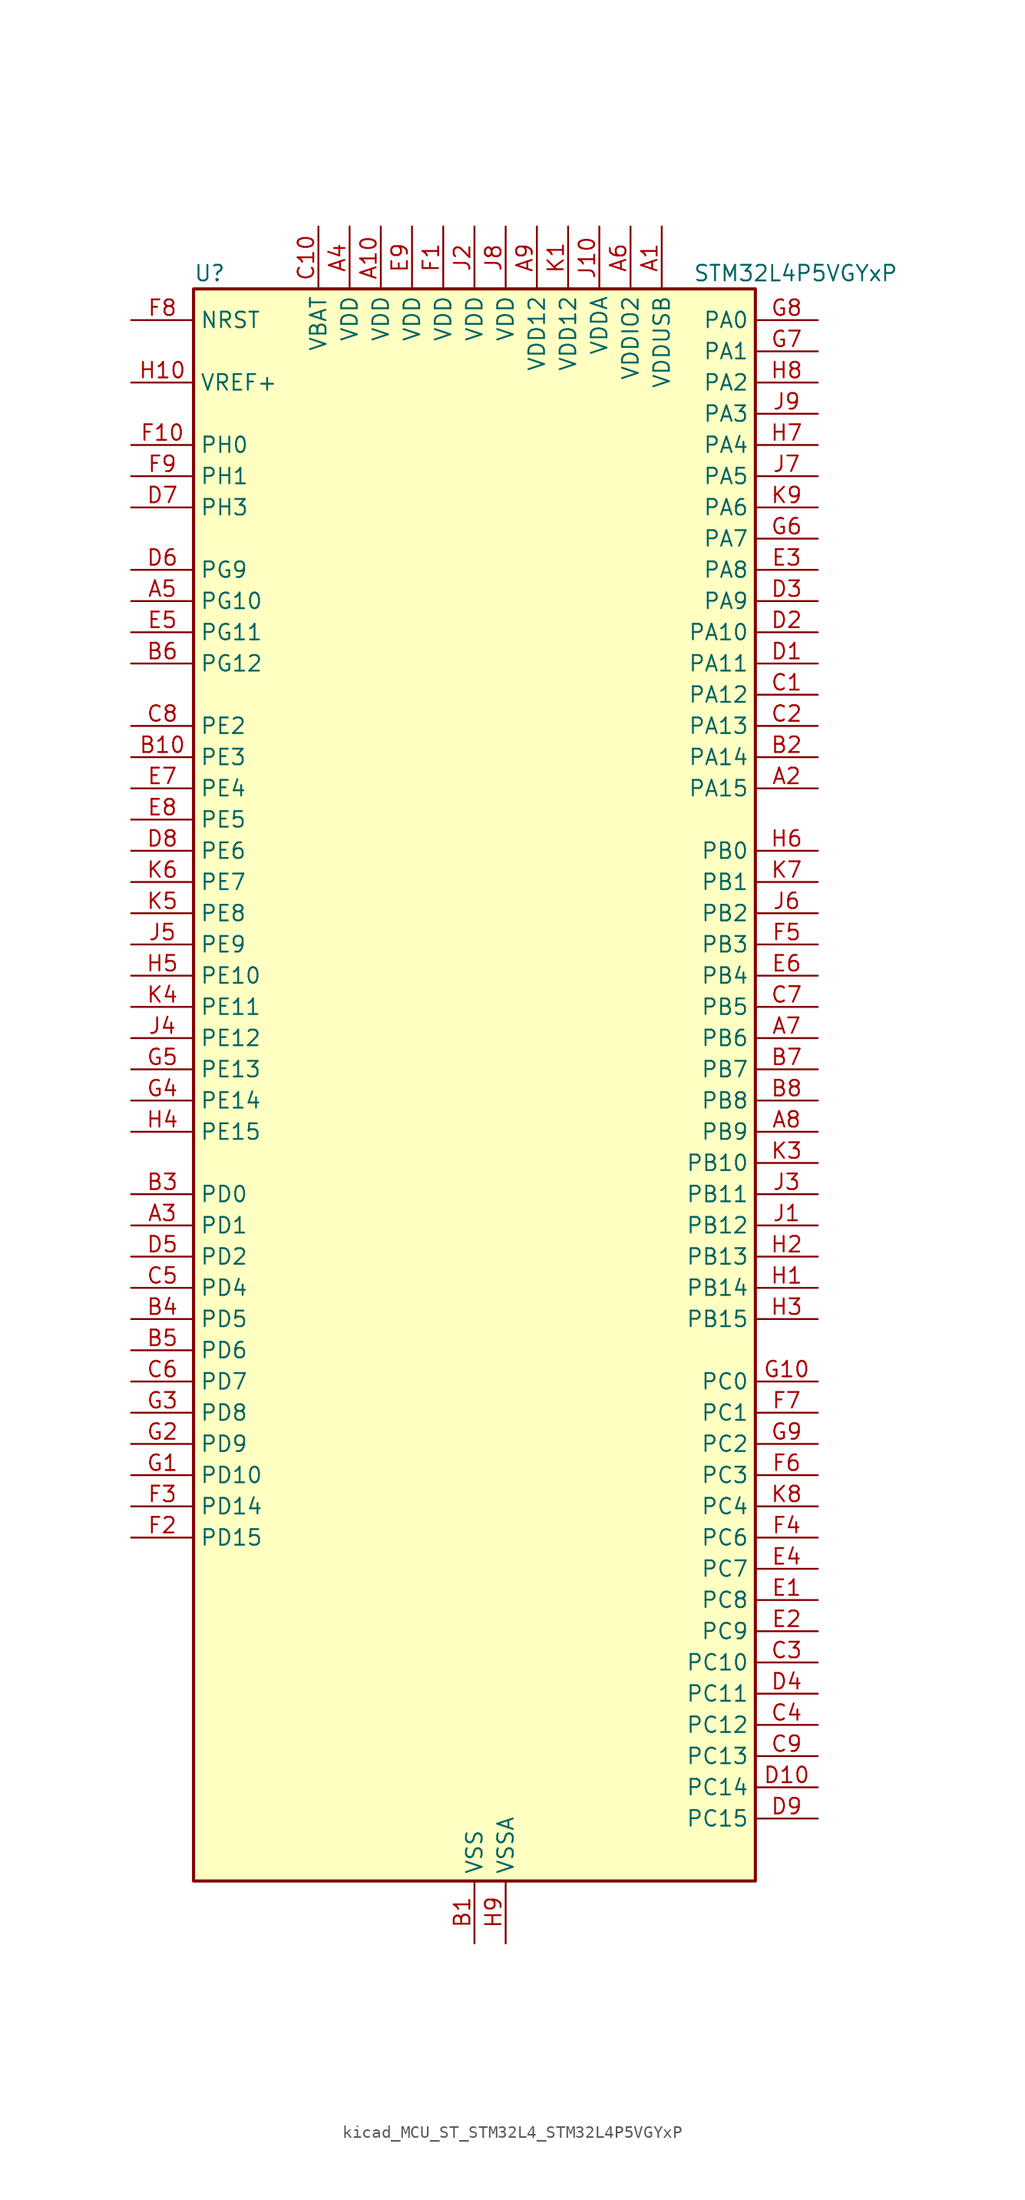
<source format=kicad_sym>
(kicad_symbol_lib
  (version 20220914)
  (generator kicad_symbol_editor)
  (symbol "kicad_MCU_ST_STM32L4_STM32L4P5VGYxP"
    (property "Reference" "U"
      (at -22.86 67.31 0)
      (effects (font (size 1.27 1.27)) (justify left)))
    (property "Value" "STM32L4P5VGYxP"
      (at 17.78 67.31 0)
      (effects (font (size 1.27 1.27)) (justify left)))
    (property "ki_locked" ""
      (at 0 0 0)
      (effects (font (size 1.27 1.27))))
    (symbol "kicad_MCU_ST_STM32L4_STM32L4P5VGYxP_0_1"
      (rectangle (start -22.86 -63.5) (end 22.86 66.04) (stroke (width 0.254) (type default)) (fill (type background))))
    (symbol "kicad_MCU_ST_STM32L4_STM32L4P5VGYxP_1_1"
      (pin power_in line (at 15.24 71.12 270) (length 5.08) (name "VDDUSB" (effects (font (size 1.27 1.27)))) (number "A1" (effects (font (size 1.27 1.27)))))
      (pin power_in line (at -7.62 71.12 270) (length 5.08) (name "VDD" (effects (font (size 1.27 1.27)))) (number "A10" (effects (font (size 1.27 1.27)))))
      (pin bidirectional line (at 27.94 25.4 180) (length 5.08) (name "PA15" (effects (font (size 1.27 1.27)))) (number "A2" (effects (font (size 1.27 1.27)))) (alternate "ADC1_EXTI15" bidirectional line) (alternate "ADC2_EXTI15" bidirectional line) (alternate "LTDC_HSYNC" bidirectional line) (alternate "SAI2_FS_B" bidirectional line) (alternate "SPI1_NSS" bidirectional line) (alternate "SPI3_NSS" bidirectional line) (alternate "SYS_JTDI" bidirectional line) (alternate "TIM2_CH1" bidirectional line) (alternate "TIM2_ETR" bidirectional line) (alternate "TSC_G3_IO1" bidirectional line) (alternate "UART4_DE" bidirectional line) (alternate "UART4_RTS" bidirectional line) (alternate "USART2_RX" bidirectional line) (alternate "USART3_DE" bidirectional line) (alternate "USART3_RTS" bidirectional line))
      (pin bidirectional line (at -27.94 -10.16 0) (length 5.08) (name "PD1" (effects (font (size 1.27 1.27)))) (number "A3" (effects (font (size 1.27 1.27)))) (alternate "CAN1_TX" bidirectional line) (alternate "FMC_D3" bidirectional line) (alternate "FMC_DA3" bidirectional line) (alternate "LTDC_B5" bidirectional line) (alternate "SPI2_SCK" bidirectional line))
      (pin power_in line (at -10.16 71.12 270) (length 5.08) (name "VDD" (effects (font (size 1.27 1.27)))) (number "A4" (effects (font (size 1.27 1.27)))))
      (pin bidirectional line (at -27.94 40.64 0) (length 5.08) (name "PG10" (effects (font (size 1.27 1.27)))) (number "A5" (effects (font (size 1.27 1.27)))) (alternate "FMC_NE3" bidirectional line) (alternate "LPTIM1_IN1" bidirectional line) (alternate "OCTOSPIM_P2_IO7" bidirectional line) (alternate "SAI2_FS_A" bidirectional line) (alternate "SDMMC2_D1" bidirectional line) (alternate "SPI3_MISO" bidirectional line) (alternate "TIM15_CH1" bidirectional line) (alternate "USART1_RX" bidirectional line))
      (pin power_in line (at 12.7 71.12 270) (length 5.08) (name "VDDIO2" (effects (font (size 1.27 1.27)))) (number "A6" (effects (font (size 1.27 1.27)))))
      (pin bidirectional line (at 27.94 5.08 180) (length 5.08) (name "PB6" (effects (font (size 1.27 1.27)))) (number "A7" (effects (font (size 1.27 1.27)))) (alternate "COMP2_INP" bidirectional line) (alternate "DCMI_D5" bidirectional line) (alternate "I2C1_SCL" bidirectional line) (alternate "I2C4_SCL" bidirectional line) (alternate "LPTIM1_ETR" bidirectional line) (alternate "LTDC_R6" bidirectional line) (alternate "PSSI_D5" bidirectional line) (alternate "SAI1_FS_B" bidirectional line) (alternate "TIM16_CH1N" bidirectional line) (alternate "TIM4_CH1" bidirectional line) (alternate "TIM8_BKIN2" bidirectional line) (alternate "TSC_G2_IO3" bidirectional line) (alternate "USART1_TX" bidirectional line))
      (pin bidirectional line (at 27.94 -2.54 180) (length 5.08) (name "PB9" (effects (font (size 1.27 1.27)))) (number "A8" (effects (font (size 1.27 1.27)))) (alternate "CAN1_TX" bidirectional line) (alternate "DAC1_EXTI9" bidirectional line) (alternate "DCMI_D7" bidirectional line) (alternate "I2C1_SDA" bidirectional line) (alternate "IR_OUT" bidirectional line) (alternate "PSSI_D7" bidirectional line) (alternate "SAI1_D2" bidirectional line) (alternate "SAI1_FS_A" bidirectional line) (alternate "SDMMC1_CDIR" bidirectional line) (alternate "SDMMC1_D5" bidirectional line) (alternate "SDMMC2_D5" bidirectional line) (alternate "SPI2_NSS" bidirectional line) (alternate "TIM17_CH1" bidirectional line) (alternate "TIM4_CH4" bidirectional line))
      (pin power_in line (at 5.08 71.12 270) (length 5.08) (name "VDD12" (effects (font (size 1.27 1.27)))) (number "A9" (effects (font (size 1.27 1.27)))))
      (pin power_in line (at 0 -68.58 90) (length 5.08) (name "VSS" (effects (font (size 1.27 1.27)))) (number "B1" (effects (font (size 1.27 1.27)))))
      (pin bidirectional line (at -27.94 27.94 0) (length 5.08) (name "PE3" (effects (font (size 1.27 1.27)))) (number "B10" (effects (font (size 1.27 1.27)))) (alternate "FMC_A19" bidirectional line) (alternate "LTDC_R6" bidirectional line) (alternate "OCTOSPIM_P1_DQS" bidirectional line) (alternate "SAI1_SD_B" bidirectional line) (alternate "SYS_TRACED0" bidirectional line) (alternate "TIM3_CH1" bidirectional line) (alternate "TSC_G7_IO2" bidirectional line))
      (pin bidirectional line (at 27.94 27.94 180) (length 5.08) (name "PA14" (effects (font (size 1.27 1.27)))) (number "B2" (effects (font (size 1.27 1.27)))) (alternate "I2C1_SMBA" bidirectional line) (alternate "I2C4_SMBA" bidirectional line) (alternate "LPTIM1_OUT" bidirectional line) (alternate "SAI1_FS_B" bidirectional line) (alternate "SYS_JTCK-SWCLK" bidirectional line) (alternate "USB_OTG_FS_SOF" bidirectional line))
      (pin bidirectional line (at -27.94 -7.62 0) (length 5.08) (name "PD0" (effects (font (size 1.27 1.27)))) (number "B3" (effects (font (size 1.27 1.27)))) (alternate "CAN1_RX" bidirectional line) (alternate "FMC_D2" bidirectional line) (alternate "FMC_DA2" bidirectional line) (alternate "LTDC_B4" bidirectional line) (alternate "SPI2_NSS" bidirectional line))
      (pin bidirectional line (at -27.94 -17.78 0) (length 5.08) (name "PD5" (effects (font (size 1.27 1.27)))) (number "B4" (effects (font (size 1.27 1.27)))) (alternate "FMC_NWE" bidirectional line) (alternate "OCTOSPIM_P1_IO5" bidirectional line) (alternate "USART2_TX" bidirectional line))
      (pin bidirectional line (at -27.94 -20.32 0) (length 5.08) (name "PD6" (effects (font (size 1.27 1.27)))) (number "B5" (effects (font (size 1.27 1.27)))) (alternate "DCMI_D10" bidirectional line) (alternate "DFSDM1_DATIN1" bidirectional line) (alternate "FMC_NWAIT" bidirectional line) (alternate "LTDC_DE" bidirectional line) (alternate "OCTOSPIM_P1_IO6" bidirectional line) (alternate "PSSI_D10" bidirectional line) (alternate "SAI1_D1" bidirectional line) (alternate "SAI1_SD_A" bidirectional line) (alternate "SDMMC2_CK" bidirectional line) (alternate "SPI3_MOSI" bidirectional line) (alternate "USART2_RX" bidirectional line))
      (pin bidirectional line (at -27.94 35.56 0) (length 5.08) (name "PG12" (effects (font (size 1.27 1.27)))) (number "B6" (effects (font (size 1.27 1.27)))) (alternate "FMC_NE4" bidirectional line) (alternate "LPTIM1_ETR" bidirectional line) (alternate "OCTOSPIM_P2_NCS" bidirectional line) (alternate "SAI2_SD_A" bidirectional line) (alternate "SDMMC2_D3" bidirectional line) (alternate "SPI3_NSS" bidirectional line) (alternate "USART1_DE" bidirectional line) (alternate "USART1_RTS" bidirectional line))
      (pin bidirectional line (at 27.94 2.54 180) (length 5.08) (name "PB7" (effects (font (size 1.27 1.27)))) (number "B7" (effects (font (size 1.27 1.27)))) (alternate "COMP2_INM" bidirectional line) (alternate "DCMI_VSYNC" bidirectional line) (alternate "FMC_NL" bidirectional line) (alternate "I2C1_SDA" bidirectional line) (alternate "I2C4_SDA" bidirectional line) (alternate "LPTIM1_IN2" bidirectional line) (alternate "LTDC_VSYNC" bidirectional line) (alternate "PSSI_RDY" bidirectional line) (alternate "SYS_PVD_IN" bidirectional line) (alternate "TIM17_CH1N" bidirectional line) (alternate "TIM4_CH2" bidirectional line) (alternate "TIM8_BKIN" bidirectional line) (alternate "TSC_G2_IO4" bidirectional line) (alternate "UART4_CTS" bidirectional line) (alternate "USART1_RX" bidirectional line))
      (pin bidirectional line (at 27.94 0 180) (length 5.08) (name "PB8" (effects (font (size 1.27 1.27)))) (number "B8" (effects (font (size 1.27 1.27)))) (alternate "CAN1_RX" bidirectional line) (alternate "DCMI_D6" bidirectional line) (alternate "DFSDM1_CKOUT" bidirectional line) (alternate "I2C1_SCL" bidirectional line) (alternate "LTDC_DE" bidirectional line) (alternate "PSSI_D6" bidirectional line) (alternate "SAI1_CK1" bidirectional line) (alternate "SAI1_MCLK_A" bidirectional line) (alternate "SDMMC1_CKIN" bidirectional line) (alternate "SDMMC1_D4" bidirectional line) (alternate "SDMMC2_D4" bidirectional line) (alternate "TIM16_CH1" bidirectional line) (alternate "TIM4_CH3" bidirectional line))
      (pin passive line (at 0 -68.58 90) (length 5.08) hide (name "VSS" (effects (font (size 1.27 1.27)))) (number "B9" (effects (font (size 1.27 1.27)))))
      (pin bidirectional line (at 27.94 33.02 180) (length 5.08) (name "PA12" (effects (font (size 1.27 1.27)))) (number "C1" (effects (font (size 1.27 1.27)))) (alternate "CAN1_TX" bidirectional line) (alternate "LTDC_VSYNC" bidirectional line) (alternate "OCTOSPIM_P2_NCS" bidirectional line) (alternate "SPI1_MOSI" bidirectional line) (alternate "TIM1_ETR" bidirectional line) (alternate "USART1_DE" bidirectional line) (alternate "USART1_RTS" bidirectional line) (alternate "USB_OTG_FS_DP" bidirectional line))
      (pin power_in line (at -12.7 71.12 270) (length 5.08) (name "VBAT" (effects (font (size 1.27 1.27)))) (number "C10" (effects (font (size 1.27 1.27)))))
      (pin bidirectional line (at 27.94 30.48 180) (length 5.08) (name "PA13" (effects (font (size 1.27 1.27)))) (number "C2" (effects (font (size 1.27 1.27)))) (alternate "IR_OUT" bidirectional line) (alternate "SAI1_SD_B" bidirectional line) (alternate "SYS_JTMS-SWDIO" bidirectional line) (alternate "USB_OTG_FS_NOE" bidirectional line))
      (pin bidirectional line (at 27.94 -45.72 180) (length 5.08) (name "PC10" (effects (font (size 1.27 1.27)))) (number "C3" (effects (font (size 1.27 1.27)))) (alternate "DCMI_D8" bidirectional line) (alternate "DCMI_VSYNC" bidirectional line) (alternate "PSSI_D8" bidirectional line) (alternate "PSSI_RDY" bidirectional line) (alternate "SAI2_SCK_B" bidirectional line) (alternate "SDMMC1_D2" bidirectional line) (alternate "SPI3_SCK" bidirectional line) (alternate "SYS_TRACED1" bidirectional line) (alternate "TSC_G3_IO2" bidirectional line) (alternate "UART4_TX" bidirectional line) (alternate "USART3_TX" bidirectional line))
      (pin bidirectional line (at 27.94 -50.8 180) (length 5.08) (name "PC12" (effects (font (size 1.27 1.27)))) (number "C4" (effects (font (size 1.27 1.27)))) (alternate "DCMI_D9" bidirectional line) (alternate "LTDC_R6" bidirectional line) (alternate "PSSI_D9" bidirectional line) (alternate "SAI2_SD_B" bidirectional line) (alternate "SDMMC1_CK" bidirectional line) (alternate "SPI3_MOSI" bidirectional line) (alternate "SYS_TRACED3" bidirectional line) (alternate "TSC_G3_IO4" bidirectional line) (alternate "UART5_TX" bidirectional line) (alternate "USART3_CK" bidirectional line))
      (pin bidirectional line (at -27.94 -15.24 0) (length 5.08) (name "PD4" (effects (font (size 1.27 1.27)))) (number "C5" (effects (font (size 1.27 1.27)))) (alternate "DFSDM1_CKIN0" bidirectional line) (alternate "FMC_NOE" bidirectional line) (alternate "OCTOSPIM_P1_IO4" bidirectional line) (alternate "SDMMC2_CKIN" bidirectional line) (alternate "SPI2_MOSI" bidirectional line) (alternate "USART2_DE" bidirectional line) (alternate "USART2_RTS" bidirectional line))
      (pin bidirectional line (at -27.94 -22.86 0) (length 5.08) (name "PD7" (effects (font (size 1.27 1.27)))) (number "C6" (effects (font (size 1.27 1.27)))) (alternate "DFSDM1_CKIN1" bidirectional line) (alternate "FMC_NCE" bidirectional line) (alternate "FMC_NE1" bidirectional line) (alternate "OCTOSPIM_P1_IO7" bidirectional line) (alternate "SDMMC2_CMD" bidirectional line) (alternate "USART2_CK" bidirectional line))
      (pin bidirectional line (at 27.94 7.62 180) (length 5.08) (name "PB5" (effects (font (size 1.27 1.27)))) (number "C7" (effects (font (size 1.27 1.27)))) (alternate "COMP2_OUT" bidirectional line) (alternate "DCMI_D10" bidirectional line) (alternate "I2C1_SMBA" bidirectional line) (alternate "LPTIM1_IN1" bidirectional line) (alternate "OCTOSPIM_P1_IO0" bidirectional line) (alternate "PSSI_D10" bidirectional line) (alternate "SAI1_SD_B" bidirectional line) (alternate "SPI1_MOSI" bidirectional line) (alternate "SPI3_MOSI" bidirectional line) (alternate "TIM16_BKIN" bidirectional line) (alternate "TIM3_CH2" bidirectional line) (alternate "TSC_G2_IO2" bidirectional line) (alternate "UART5_CTS" bidirectional line) (alternate "USART1_CK" bidirectional line))
      (pin bidirectional line (at -27.94 30.48 0) (length 5.08) (name "PE2" (effects (font (size 1.27 1.27)))) (number "C8" (effects (font (size 1.27 1.27)))) (alternate "FMC_A23" bidirectional line) (alternate "LTDC_R7" bidirectional line) (alternate "SAI1_CK1" bidirectional line) (alternate "SAI1_MCLK_A" bidirectional line) (alternate "SYS_TRACECLK" bidirectional line) (alternate "TIM3_ETR" bidirectional line) (alternate "TSC_G7_IO1" bidirectional line))
      (pin bidirectional line (at 27.94 -53.34 180) (length 5.08) (name "PC13" (effects (font (size 1.27 1.27)))) (number "C9" (effects (font (size 1.27 1.27)))) (alternate "RTC_OUT1" bidirectional line) (alternate "RTC_TAMP1" bidirectional line) (alternate "RTC_TS" bidirectional line) (alternate "SYS_WKUP2" bidirectional line))
      (pin bidirectional line (at 27.94 35.56 180) (length 5.08) (name "PA11" (effects (font (size 1.27 1.27)))) (number "D1" (effects (font (size 1.27 1.27)))) (alternate "ADC1_EXTI11" bidirectional line) (alternate "ADC2_EXTI11" bidirectional line) (alternate "CAN1_RX" bidirectional line) (alternate "LTDC_DE" bidirectional line) (alternate "SPI1_MISO" bidirectional line) (alternate "TIM1_BKIN2" bidirectional line) (alternate "TIM1_CH4" bidirectional line) (alternate "USART1_CTS" bidirectional line) (alternate "USART1_NSS" bidirectional line) (alternate "USB_OTG_FS_DM" bidirectional line))
      (pin bidirectional line (at 27.94 -55.88 180) (length 5.08) (name "PC14" (effects (font (size 1.27 1.27)))) (number "D10" (effects (font (size 1.27 1.27)))) (alternate "RCC_OSC32_IN" bidirectional line))
      (pin bidirectional line (at 27.94 38.1 180) (length 5.08) (name "PA10" (effects (font (size 1.27 1.27)))) (number "D2" (effects (font (size 1.27 1.27)))) (alternate "DCMI_D1" bidirectional line) (alternate "LTDC_G6" bidirectional line) (alternate "PSSI_D1" bidirectional line) (alternate "SAI1_D1" bidirectional line) (alternate "SAI1_SD_A" bidirectional line) (alternate "TIM17_BKIN" bidirectional line) (alternate "TIM1_CH3" bidirectional line) (alternate "USART1_RX" bidirectional line) (alternate "USB_OTG_FS_ID" bidirectional line))
      (pin bidirectional line (at 27.94 40.64 180) (length 5.08) (name "PA9" (effects (font (size 1.27 1.27)))) (number "D3" (effects (font (size 1.27 1.27)))) (alternate "DAC1_EXTI9" bidirectional line) (alternate "DCMI_D0" bidirectional line) (alternate "LTDC_G7" bidirectional line) (alternate "PSSI_D0" bidirectional line) (alternate "SAI1_FS_A" bidirectional line) (alternate "SPI2_SCK" bidirectional line) (alternate "TIM15_BKIN" bidirectional line) (alternate "TIM1_CH2" bidirectional line) (alternate "USART1_TX" bidirectional line) (alternate "USB_OTG_FS_VBUS" bidirectional line))
      (pin bidirectional line (at 27.94 -48.26 180) (length 5.08) (name "PC11" (effects (font (size 1.27 1.27)))) (number "D4" (effects (font (size 1.27 1.27)))) (alternate "ADC1_EXTI11" bidirectional line) (alternate "ADC2_EXTI11" bidirectional line) (alternate "DCMI_D2" bidirectional line) (alternate "DCMI_D4" bidirectional line) (alternate "OCTOSPIM_P1_NCS" bidirectional line) (alternate "PSSI_D2" bidirectional line) (alternate "PSSI_D4" bidirectional line) (alternate "SAI2_MCLK_B" bidirectional line) (alternate "SDMMC1_D3" bidirectional line) (alternate "SPI3_MISO" bidirectional line) (alternate "TSC_G3_IO3" bidirectional line) (alternate "UART4_RX" bidirectional line) (alternate "USART3_RX" bidirectional line))
      (pin bidirectional line (at -27.94 -12.7 0) (length 5.08) (name "PD2" (effects (font (size 1.27 1.27)))) (number "D5" (effects (font (size 1.27 1.27)))) (alternate "DCMI_D11" bidirectional line) (alternate "PSSI_D11" bidirectional line) (alternate "SDMMC1_CMD" bidirectional line) (alternate "SYS_TRACED2" bidirectional line) (alternate "TIM3_ETR" bidirectional line) (alternate "TSC_SYNC" bidirectional line) (alternate "UART5_RX" bidirectional line) (alternate "USART3_DE" bidirectional line) (alternate "USART3_RTS" bidirectional line))
      (pin bidirectional line (at -27.94 43.18 0) (length 5.08) (name "PG9" (effects (font (size 1.27 1.27)))) (number "D6" (effects (font (size 1.27 1.27)))) (alternate "DAC1_EXTI9" bidirectional line) (alternate "FMC_NCE" bidirectional line) (alternate "FMC_NE2" bidirectional line) (alternate "OCTOSPIM_P2_IO6" bidirectional line) (alternate "SAI2_SCK_A" bidirectional line) (alternate "SDMMC2_D0" bidirectional line) (alternate "SPI3_SCK" bidirectional line) (alternate "TIM15_CH1N" bidirectional line) (alternate "USART1_TX" bidirectional line))
      (pin bidirectional line (at -27.94 48.26 0) (length 5.08) (name "PH3" (effects (font (size 1.27 1.27)))) (number "D7" (effects (font (size 1.27 1.27)))))
      (pin bidirectional line (at -27.94 20.32 0) (length 5.08) (name "PE6" (effects (font (size 1.27 1.27)))) (number "D8" (effects (font (size 1.27 1.27)))) (alternate "DCMI_D7" bidirectional line) (alternate "FMC_A22" bidirectional line) (alternate "LTDC_G6" bidirectional line) (alternate "PSSI_D7" bidirectional line) (alternate "RTC_TAMP3" bidirectional line) (alternate "SAI1_D1" bidirectional line) (alternate "SAI1_SD_A" bidirectional line) (alternate "SYS_TRACED3" bidirectional line) (alternate "SYS_WKUP3" bidirectional line) (alternate "TIM3_CH4" bidirectional line))
      (pin bidirectional line (at 27.94 -58.42 180) (length 5.08) (name "PC15" (effects (font (size 1.27 1.27)))) (number "D9" (effects (font (size 1.27 1.27)))) (alternate "ADC1_EXTI15" bidirectional line) (alternate "ADC2_EXTI15" bidirectional line) (alternate "RCC_OSC32_OUT" bidirectional line))
      (pin bidirectional line (at 27.94 -40.64 180) (length 5.08) (name "PC8" (effects (font (size 1.27 1.27)))) (number "E1" (effects (font (size 1.27 1.27)))) (alternate "DCMI_D2" bidirectional line) (alternate "PSSI_D2" bidirectional line) (alternate "SDMMC1_D0" bidirectional line) (alternate "TIM3_CH3" bidirectional line) (alternate "TIM8_CH3" bidirectional line) (alternate "TSC_G4_IO3" bidirectional line))
      (pin passive line (at 0 -68.58 90) (length 5.08) hide (name "VSS" (effects (font (size 1.27 1.27)))) (number "E10" (effects (font (size 1.27 1.27)))))
      (pin bidirectional line (at 27.94 -43.18 180) (length 5.08) (name "PC9" (effects (font (size 1.27 1.27)))) (number "E2" (effects (font (size 1.27 1.27)))) (alternate "DAC1_EXTI9" bidirectional line) (alternate "DCMI_D3" bidirectional line) (alternate "I2C3_SDA" bidirectional line) (alternate "PSSI_D3" bidirectional line) (alternate "SAI2_EXTCLK" bidirectional line) (alternate "SDMMC1_D1" bidirectional line) (alternate "SYS_TRACED0" bidirectional line) (alternate "TIM3_CH4" bidirectional line) (alternate "TIM8_BKIN2" bidirectional line) (alternate "TIM8_CH4" bidirectional line) (alternate "TSC_G4_IO4" bidirectional line) (alternate "USB_OTG_FS_NOE" bidirectional line))
      (pin bidirectional line (at 27.94 43.18 180) (length 5.08) (name "PA8" (effects (font (size 1.27 1.27)))) (number "E3" (effects (font (size 1.27 1.27)))) (alternate "LPTIM2_OUT" bidirectional line) (alternate "LTDC_B7" bidirectional line) (alternate "RCC_MCO" bidirectional line) (alternate "SAI1_CK2" bidirectional line) (alternate "SAI1_SCK_A" bidirectional line) (alternate "TIM1_CH1" bidirectional line) (alternate "USART1_CK" bidirectional line) (alternate "USB_OTG_FS_SOF" bidirectional line))
      (pin bidirectional line (at 27.94 -38.1 180) (length 5.08) (name "PC7" (effects (font (size 1.27 1.27)))) (number "E4" (effects (font (size 1.27 1.27)))) (alternate "DCMI_D1" bidirectional line) (alternate "DFSDM1_DATIN3" bidirectional line) (alternate "LTDC_B6" bidirectional line) (alternate "PSSI_D1" bidirectional line) (alternate "SAI2_MCLK_B" bidirectional line) (alternate "SDMMC1_D123DIR" bidirectional line) (alternate "SDMMC1_D7" bidirectional line) (alternate "SDMMC2_D7" bidirectional line) (alternate "TIM3_CH2" bidirectional line) (alternate "TIM8_CH2" bidirectional line) (alternate "TSC_G4_IO2" bidirectional line))
      (pin bidirectional line (at -27.94 38.1 0) (length 5.08) (name "PG11" (effects (font (size 1.27 1.27)))) (number "E5" (effects (font (size 1.27 1.27)))) (alternate "ADC1_EXTI11" bidirectional line) (alternate "ADC2_EXTI11" bidirectional line) (alternate "LPTIM1_IN2" bidirectional line) (alternate "OCTOSPIM_P1_IO5" bidirectional line) (alternate "SAI2_MCLK_A" bidirectional line) (alternate "SDMMC2_D2" bidirectional line) (alternate "SPI3_MOSI" bidirectional line) (alternate "TIM15_CH2" bidirectional line) (alternate "USART1_CTS" bidirectional line) (alternate "USART1_NSS" bidirectional line))
      (pin bidirectional line (at 27.94 10.16 180) (length 5.08) (name "PB4" (effects (font (size 1.27 1.27)))) (number "E6" (effects (font (size 1.27 1.27)))) (alternate "COMP2_INP" bidirectional line) (alternate "DCMI_D12" bidirectional line) (alternate "I2C3_SDA" bidirectional line) (alternate "OCTOSPIM_P1_IO5" bidirectional line) (alternate "PSSI_D12" bidirectional line) (alternate "SAI1_MCLK_B" bidirectional line) (alternate "SDMMC2_D3" bidirectional line) (alternate "SPI1_MISO" bidirectional line) (alternate "SPI3_MISO" bidirectional line) (alternate "SYS_JTRST" bidirectional line) (alternate "TIM17_BKIN" bidirectional line) (alternate "TIM3_CH1" bidirectional line) (alternate "TSC_G2_IO1" bidirectional line) (alternate "UART5_DE" bidirectional line) (alternate "UART5_RTS" bidirectional line) (alternate "USART1_CTS" bidirectional line) (alternate "USART1_NSS" bidirectional line))
      (pin bidirectional line (at -27.94 25.4 0) (length 5.08) (name "PE4" (effects (font (size 1.27 1.27)))) (number "E7" (effects (font (size 1.27 1.27)))) (alternate "DCMI_D4" bidirectional line) (alternate "DFSDM1_DATIN3" bidirectional line) (alternate "FMC_A20" bidirectional line) (alternate "LTDC_B7" bidirectional line) (alternate "PSSI_D4" bidirectional line) (alternate "SAI1_D2" bidirectional line) (alternate "SAI1_FS_A" bidirectional line) (alternate "SYS_TRACED1" bidirectional line) (alternate "TIM3_CH2" bidirectional line) (alternate "TSC_G7_IO3" bidirectional line))
      (pin bidirectional line (at -27.94 22.86 0) (length 5.08) (name "PE5" (effects (font (size 1.27 1.27)))) (number "E8" (effects (font (size 1.27 1.27)))) (alternate "DCMI_D6" bidirectional line) (alternate "DFSDM1_CKIN3" bidirectional line) (alternate "FMC_A21" bidirectional line) (alternate "LTDC_G7" bidirectional line) (alternate "PSSI_D6" bidirectional line) (alternate "SAI1_CK2" bidirectional line) (alternate "SAI1_SCK_A" bidirectional line) (alternate "SYS_TRACED2" bidirectional line) (alternate "TIM3_CH3" bidirectional line) (alternate "TSC_G7_IO4" bidirectional line))
      (pin power_in line (at -5.08 71.12 270) (length 5.08) (name "VDD" (effects (font (size 1.27 1.27)))) (number "E9" (effects (font (size 1.27 1.27)))))
      (pin power_in line (at -2.54 71.12 270) (length 5.08) (name "VDD" (effects (font (size 1.27 1.27)))) (number "F1" (effects (font (size 1.27 1.27)))))
      (pin bidirectional line (at -27.94 53.34 0) (length 5.08) (name "PH0" (effects (font (size 1.27 1.27)))) (number "F10" (effects (font (size 1.27 1.27)))) (alternate "RCC_OSC_IN" bidirectional line))
      (pin bidirectional line (at -27.94 -35.56 0) (length 5.08) (name "PD15" (effects (font (size 1.27 1.27)))) (number "F2" (effects (font (size 1.27 1.27)))) (alternate "ADC1_EXTI15" bidirectional line) (alternate "ADC2_EXTI15" bidirectional line) (alternate "FMC_D1" bidirectional line) (alternate "FMC_DA1" bidirectional line) (alternate "LTDC_B3" bidirectional line) (alternate "TIM4_CH4" bidirectional line))
      (pin bidirectional line (at -27.94 -33.02 0) (length 5.08) (name "PD14" (effects (font (size 1.27 1.27)))) (number "F3" (effects (font (size 1.27 1.27)))) (alternate "FMC_D0" bidirectional line) (alternate "FMC_DA0" bidirectional line) (alternate "LTDC_B2" bidirectional line) (alternate "TIM4_CH3" bidirectional line))
      (pin bidirectional line (at 27.94 -35.56 180) (length 5.08) (name "PC6" (effects (font (size 1.27 1.27)))) (number "F4" (effects (font (size 1.27 1.27)))) (alternate "DCMI_D0" bidirectional line) (alternate "DFSDM1_CKIN3" bidirectional line) (alternate "LTDC_G7" bidirectional line) (alternate "PSSI_D0" bidirectional line) (alternate "SAI2_MCLK_A" bidirectional line) (alternate "SDMMC1_D0DIR" bidirectional line) (alternate "SDMMC1_D6" bidirectional line) (alternate "SDMMC2_D6" bidirectional line) (alternate "TIM3_CH1" bidirectional line) (alternate "TIM8_CH1" bidirectional line) (alternate "TSC_G4_IO1" bidirectional line))
      (pin bidirectional line (at 27.94 12.7 180) (length 5.08) (name "PB3" (effects (font (size 1.27 1.27)))) (number "F5" (effects (font (size 1.27 1.27)))) (alternate "COMP2_INM" bidirectional line) (alternate "CRS_SYNC" bidirectional line) (alternate "OCTOSPIM_P1_IO4" bidirectional line) (alternate "SAI1_SCK_B" bidirectional line) (alternate "SDMMC2_D2" bidirectional line) (alternate "SPI1_SCK" bidirectional line) (alternate "SPI3_SCK" bidirectional line) (alternate "SYS_JTDO-SWO" bidirectional line) (alternate "TIM2_CH2" bidirectional line) (alternate "USART1_DE" bidirectional line) (alternate "USART1_RTS" bidirectional line))
      (pin bidirectional line (at 27.94 -30.48 180) (length 5.08) (name "PC3" (effects (font (size 1.27 1.27)))) (number "F6" (effects (font (size 1.27 1.27)))) (alternate "ADC1_IN4" bidirectional line) (alternate "ADC2_IN4" bidirectional line) (alternate "LPTIM1_ETR" bidirectional line) (alternate "LPTIM2_ETR" bidirectional line) (alternate "OCTOSPIM_P1_IO6" bidirectional line) (alternate "SAI1_D1" bidirectional line) (alternate "SAI1_SD_A" bidirectional line) (alternate "SPI2_MOSI" bidirectional line))
      (pin bidirectional line (at 27.94 -25.4 180) (length 5.08) (name "PC1" (effects (font (size 1.27 1.27)))) (number "F7" (effects (font (size 1.27 1.27)))) (alternate "ADC1_IN2" bidirectional line) (alternate "ADC2_IN2" bidirectional line) (alternate "I2C3_SDA" bidirectional line) (alternate "LPTIM1_OUT" bidirectional line) (alternate "LPUART1_TX" bidirectional line) (alternate "OCTOSPIM_P1_IO4" bidirectional line) (alternate "SAI1_SD_A" bidirectional line) (alternate "SPI2_MOSI" bidirectional line) (alternate "SYS_TRACED0" bidirectional line))
      (pin input line (at -27.94 63.5 0) (length 5.08) (name "NRST" (effects (font (size 1.27 1.27)))) (number "F8" (effects (font (size 1.27 1.27)))))
      (pin bidirectional line (at -27.94 50.8 0) (length 5.08) (name "PH1" (effects (font (size 1.27 1.27)))) (number "F9" (effects (font (size 1.27 1.27)))) (alternate "RCC_OSC_OUT" bidirectional line))
      (pin bidirectional line (at -27.94 -30.48 0) (length 5.08) (name "PD10" (effects (font (size 1.27 1.27)))) (number "G1" (effects (font (size 1.27 1.27)))) (alternate "FMC_D15" bidirectional line) (alternate "FMC_DA15" bidirectional line) (alternate "LTDC_R5" bidirectional line) (alternate "SAI2_SCK_A" bidirectional line) (alternate "TSC_G6_IO1" bidirectional line) (alternate "USART3_CK" bidirectional line))
      (pin bidirectional line (at 27.94 -22.86 180) (length 5.08) (name "PC0" (effects (font (size 1.27 1.27)))) (number "G10" (effects (font (size 1.27 1.27)))) (alternate "ADC1_IN1" bidirectional line) (alternate "ADC2_IN1" bidirectional line) (alternate "I2C3_SCL" bidirectional line) (alternate "LPTIM1_IN1" bidirectional line) (alternate "LPTIM2_IN1" bidirectional line) (alternate "LPUART1_RX" bidirectional line) (alternate "LTDC_DE" bidirectional line) (alternate "SAI2_FS_A" bidirectional line) (alternate "SDMMC1_CMD" bidirectional line) (alternate "SDMMC2_CKIN" bidirectional line))
      (pin bidirectional line (at -27.94 -27.94 0) (length 5.08) (name "PD9" (effects (font (size 1.27 1.27)))) (number "G2" (effects (font (size 1.27 1.27)))) (alternate "DAC1_EXTI9" bidirectional line) (alternate "DCMI_PIXCLK" bidirectional line) (alternate "FMC_D14" bidirectional line) (alternate "FMC_DA14" bidirectional line) (alternate "LTDC_R4" bidirectional line) (alternate "PSSI_PDCK" bidirectional line) (alternate "SAI2_MCLK_A" bidirectional line) (alternate "USART3_RX" bidirectional line))
      (pin bidirectional line (at -27.94 -25.4 0) (length 5.08) (name "PD8" (effects (font (size 1.27 1.27)))) (number "G3" (effects (font (size 1.27 1.27)))) (alternate "DCMI_HSYNC" bidirectional line) (alternate "FMC_D13" bidirectional line) (alternate "FMC_DA13" bidirectional line) (alternate "LTDC_R3" bidirectional line) (alternate "PSSI_DE" bidirectional line) (alternate "USART3_TX" bidirectional line))
      (pin bidirectional line (at -27.94 0 0) (length 5.08) (name "PE14" (effects (font (size 1.27 1.27)))) (number "G4" (effects (font (size 1.27 1.27)))) (alternate "FMC_D11" bidirectional line) (alternate "FMC_DA11" bidirectional line) (alternate "LTDC_G7" bidirectional line) (alternate "OCTOSPIM_P1_IO2" bidirectional line) (alternate "SPI1_MISO" bidirectional line) (alternate "TIM1_BKIN2" bidirectional line) (alternate "TIM1_CH4" bidirectional line))
      (pin bidirectional line (at -27.94 2.54 0) (length 5.08) (name "PE13" (effects (font (size 1.27 1.27)))) (number "G5" (effects (font (size 1.27 1.27)))) (alternate "FMC_D10" bidirectional line) (alternate "FMC_DA10" bidirectional line) (alternate "LTDC_G6" bidirectional line) (alternate "OCTOSPIM_P1_IO1" bidirectional line) (alternate "SPI1_SCK" bidirectional line) (alternate "TIM1_CH3" bidirectional line) (alternate "TSC_G5_IO4" bidirectional line))
      (pin bidirectional line (at 27.94 45.72 180) (length 5.08) (name "PA7" (effects (font (size 1.27 1.27)))) (number "G6" (effects (font (size 1.27 1.27)))) (alternate "ADC1_IN12" bidirectional line) (alternate "ADC2_IN12" bidirectional line) (alternate "I2C3_SCL" bidirectional line) (alternate "OCTOSPIM_P1_IO2" bidirectional line) (alternate "OPAMP2_VINM" bidirectional line) (alternate "SPI1_MOSI" bidirectional line) (alternate "TIM17_CH1" bidirectional line) (alternate "TIM1_CH1N" bidirectional line) (alternate "TIM3_CH2" bidirectional line) (alternate "TIM8_CH1N" bidirectional line))
      (pin bidirectional line (at 27.94 60.96 180) (length 5.08) (name "PA1" (effects (font (size 1.27 1.27)))) (number "G7" (effects (font (size 1.27 1.27)))) (alternate "ADC1_IN6" bidirectional line) (alternate "ADC2_IN6" bidirectional line) (alternate "I2C1_SMBA" bidirectional line) (alternate "OCTOSPIM_P1_DQS" bidirectional line) (alternate "OPAMP1_VINM" bidirectional line) (alternate "SDMMC2_CMD" bidirectional line) (alternate "SPI1_SCK" bidirectional line) (alternate "TIM15_CH1N" bidirectional line) (alternate "TIM2_CH2" bidirectional line) (alternate "TIM5_CH2" bidirectional line) (alternate "UART4_RX" bidirectional line) (alternate "USART2_DE" bidirectional line) (alternate "USART2_RTS" bidirectional line))
      (pin bidirectional line (at 27.94 63.5 180) (length 5.08) (name "PA0" (effects (font (size 1.27 1.27)))) (number "G8" (effects (font (size 1.27 1.27)))) (alternate "ADC1_IN5" bidirectional line) (alternate "ADC2_IN5" bidirectional line) (alternate "OPAMP1_VINP" bidirectional line) (alternate "RTC_TAMP2" bidirectional line) (alternate "SAI1_EXTCLK" bidirectional line) (alternate "SYS_WKUP1" bidirectional line) (alternate "TIM2_CH1" bidirectional line) (alternate "TIM2_ETR" bidirectional line) (alternate "TIM5_CH1" bidirectional line) (alternate "TIM8_ETR" bidirectional line) (alternate "UART4_TX" bidirectional line) (alternate "USART2_CTS" bidirectional line) (alternate "USART2_NSS" bidirectional line))
      (pin bidirectional line (at 27.94 -27.94 180) (length 5.08) (name "PC2" (effects (font (size 1.27 1.27)))) (number "G9" (effects (font (size 1.27 1.27)))) (alternate "ADC1_IN3" bidirectional line) (alternate "ADC2_IN3" bidirectional line) (alternate "DFSDM1_CKOUT" bidirectional line) (alternate "LPTIM1_IN2" bidirectional line) (alternate "LTDC_HSYNC" bidirectional line) (alternate "OCTOSPIM_P1_IO5" bidirectional line) (alternate "SPI2_MISO" bidirectional line))
      (pin bidirectional line (at 27.94 -15.24 180) (length 5.08) (name "PB14" (effects (font (size 1.27 1.27)))) (number "H1" (effects (font (size 1.27 1.27)))) (alternate "DFSDM1_DATIN2" bidirectional line) (alternate "I2C2_SDA" bidirectional line) (alternate "OCTOSPIM_P1_IO6" bidirectional line) (alternate "SAI2_MCLK_A" bidirectional line) (alternate "SDMMC2_D0" bidirectional line) (alternate "SPI2_MISO" bidirectional line) (alternate "TIM15_CH1" bidirectional line) (alternate "TIM1_CH2N" bidirectional line) (alternate "TIM8_CH2N" bidirectional line) (alternate "TSC_G1_IO3" bidirectional line) (alternate "USART3_DE" bidirectional line) (alternate "USART3_RTS" bidirectional line))
      (pin input line (at -27.94 58.42 0) (length 5.08) (name "VREF+" (effects (font (size 1.27 1.27)))) (number "H10" (effects (font (size 1.27 1.27)))) (alternate "VREFBUF_OUT" bidirectional line))
      (pin bidirectional line (at 27.94 -12.7 180) (length 5.08) (name "PB13" (effects (font (size 1.27 1.27)))) (number "H2" (effects (font (size 1.27 1.27)))) (alternate "DFSDM1_CKIN1" bidirectional line) (alternate "I2C2_SCL" bidirectional line) (alternate "LPUART1_CTS" bidirectional line) (alternate "OCTOSPIM_P1_IO1" bidirectional line) (alternate "SAI2_SCK_A" bidirectional line) (alternate "SPI2_SCK" bidirectional line) (alternate "TIM15_CH1N" bidirectional line) (alternate "TIM1_CH1N" bidirectional line) (alternate "TSC_G1_IO2" bidirectional line) (alternate "USART3_CTS" bidirectional line) (alternate "USART3_NSS" bidirectional line))
      (pin bidirectional line (at 27.94 -17.78 180) (length 5.08) (name "PB15" (effects (font (size 1.27 1.27)))) (number "H3" (effects (font (size 1.27 1.27)))) (alternate "ADC1_EXTI15" bidirectional line) (alternate "ADC2_EXTI15" bidirectional line) (alternate "DFSDM1_CKIN2" bidirectional line) (alternate "OCTOSPIM_P1_IO7" bidirectional line) (alternate "RTC_REFIN" bidirectional line) (alternate "SAI2_SD_A" bidirectional line) (alternate "SDMMC2_D1" bidirectional line) (alternate "SPI2_MOSI" bidirectional line) (alternate "TIM15_CH2" bidirectional line) (alternate "TIM1_CH3N" bidirectional line) (alternate "TIM8_CH3N" bidirectional line) (alternate "TSC_G1_IO4" bidirectional line))
      (pin bidirectional line (at -27.94 -2.54 0) (length 5.08) (name "PE15" (effects (font (size 1.27 1.27)))) (number "H4" (effects (font (size 1.27 1.27)))) (alternate "ADC1_EXTI15" bidirectional line) (alternate "ADC2_EXTI15" bidirectional line) (alternate "FMC_D12" bidirectional line) (alternate "FMC_DA12" bidirectional line) (alternate "LTDC_R2" bidirectional line) (alternate "OCTOSPIM_P1_IO3" bidirectional line) (alternate "SPI1_MOSI" bidirectional line) (alternate "TIM1_BKIN" bidirectional line))
      (pin bidirectional line (at -27.94 10.16 0) (length 5.08) (name "PE10" (effects (font (size 1.27 1.27)))) (number "H5" (effects (font (size 1.27 1.27)))) (alternate "FMC_D7" bidirectional line) (alternate "FMC_DA7" bidirectional line) (alternate "LTDC_G3" bidirectional line) (alternate "OCTOSPIM_P1_CLK" bidirectional line) (alternate "SAI1_MCLK_B" bidirectional line) (alternate "TIM1_CH2N" bidirectional line) (alternate "TSC_G5_IO1" bidirectional line))
      (pin bidirectional line (at 27.94 20.32 180) (length 5.08) (name "PB0" (effects (font (size 1.27 1.27)))) (number "H6" (effects (font (size 1.27 1.27)))) (alternate "ADC1_IN15" bidirectional line) (alternate "ADC2_IN15" bidirectional line) (alternate "COMP1_OUT" bidirectional line) (alternate "LTDC_B6" bidirectional line) (alternate "OCTOSPIM_P1_IO1" bidirectional line) (alternate "OPAMP2_VOUT" bidirectional line) (alternate "SAI1_EXTCLK" bidirectional line) (alternate "SPI1_NSS" bidirectional line) (alternate "TIM1_CH2N" bidirectional line) (alternate "TIM3_CH3" bidirectional line) (alternate "TIM8_CH2N" bidirectional line) (alternate "USART3_CK" bidirectional line))
      (pin bidirectional line (at 27.94 53.34 180) (length 5.08) (name "PA4" (effects (font (size 1.27 1.27)))) (number "H7" (effects (font (size 1.27 1.27)))) (alternate "ADC1_IN9" bidirectional line) (alternate "ADC2_IN9" bidirectional line) (alternate "DAC1_OUT1" bidirectional line) (alternate "DCMI_HSYNC" bidirectional line) (alternate "LPTIM2_OUT" bidirectional line) (alternate "LTDC_CLK" bidirectional line) (alternate "OCTOSPIM_P1_NCS" bidirectional line) (alternate "PSSI_DE" bidirectional line) (alternate "SAI1_FS_B" bidirectional line) (alternate "SPI1_NSS" bidirectional line) (alternate "SPI3_NSS" bidirectional line) (alternate "USART2_CK" bidirectional line))
      (pin bidirectional line (at 27.94 58.42 180) (length 5.08) (name "PA2" (effects (font (size 1.27 1.27)))) (number "H8" (effects (font (size 1.27 1.27)))) (alternate "ADC1_IN7" bidirectional line) (alternate "ADC2_IN7" bidirectional line) (alternate "LPUART1_TX" bidirectional line) (alternate "OCTOSPIM_P1_NCS" bidirectional line) (alternate "RCC_LSCO" bidirectional line) (alternate "SAI2_EXTCLK" bidirectional line) (alternate "SYS_WKUP4" bidirectional line) (alternate "TIM15_CH1" bidirectional line) (alternate "TIM2_CH3" bidirectional line) (alternate "TIM5_CH3" bidirectional line) (alternate "USART2_TX" bidirectional line))
      (pin power_in line (at 2.54 -68.58 90) (length 5.08) (name "VSSA" (effects (font (size 1.27 1.27)))) (number "H9" (effects (font (size 1.27 1.27)))))
      (pin bidirectional line (at 27.94 -10.16 180) (length 5.08) (name "PB12" (effects (font (size 1.27 1.27)))) (number "J1" (effects (font (size 1.27 1.27)))) (alternate "DFSDM1_DATIN1" bidirectional line) (alternate "I2C2_SMBA" bidirectional line) (alternate "LPUART1_DE" bidirectional line) (alternate "LPUART1_RTS" bidirectional line) (alternate "OCTOSPIM_P1_NCLK" bidirectional line) (alternate "SAI2_FS_A" bidirectional line) (alternate "SDMMC2_CK" bidirectional line) (alternate "SPI2_NSS" bidirectional line) (alternate "TIM15_BKIN" bidirectional line) (alternate "TIM1_BKIN" bidirectional line) (alternate "TSC_G1_IO1" bidirectional line) (alternate "USART3_CK" bidirectional line))
      (pin power_in line (at 10.16 71.12 270) (length 5.08) (name "VDDA" (effects (font (size 1.27 1.27)))) (number "J10" (effects (font (size 1.27 1.27)))))
      (pin power_in line (at 0 71.12 270) (length 5.08) (name "VDD" (effects (font (size 1.27 1.27)))) (number "J2" (effects (font (size 1.27 1.27)))))
      (pin bidirectional line (at 27.94 -7.62 180) (length 5.08) (name "PB11" (effects (font (size 1.27 1.27)))) (number "J3" (effects (font (size 1.27 1.27)))) (alternate "ADC1_EXTI11" bidirectional line) (alternate "ADC2_EXTI11" bidirectional line) (alternate "COMP2_OUT" bidirectional line) (alternate "I2C2_SDA" bidirectional line) (alternate "I2C4_SDA" bidirectional line) (alternate "LPUART1_TX" bidirectional line) (alternate "LTDC_VSYNC" bidirectional line) (alternate "OCTOSPIM_P1_NCS" bidirectional line) (alternate "TIM2_CH4" bidirectional line) (alternate "USART3_RX" bidirectional line))
      (pin bidirectional line (at -27.94 5.08 0) (length 5.08) (name "PE12" (effects (font (size 1.27 1.27)))) (number "J4" (effects (font (size 1.27 1.27)))) (alternate "FMC_D9" bidirectional line) (alternate "FMC_DA9" bidirectional line) (alternate "LTDC_G5" bidirectional line) (alternate "OCTOSPIM_P1_IO0" bidirectional line) (alternate "SPI1_NSS" bidirectional line) (alternate "TIM1_CH3N" bidirectional line) (alternate "TSC_G5_IO3" bidirectional line))
      (pin bidirectional line (at -27.94 12.7 0) (length 5.08) (name "PE9" (effects (font (size 1.27 1.27)))) (number "J5" (effects (font (size 1.27 1.27)))) (alternate "DAC1_EXTI9" bidirectional line) (alternate "DFSDM1_CKOUT" bidirectional line) (alternate "FMC_D6" bidirectional line) (alternate "FMC_DA6" bidirectional line) (alternate "LTDC_G2" bidirectional line) (alternate "OCTOSPIM_P1_NCLK" bidirectional line) (alternate "SAI1_FS_B" bidirectional line) (alternate "TIM1_CH1" bidirectional line))
      (pin bidirectional line (at 27.94 15.24 180) (length 5.08) (name "PB2" (effects (font (size 1.27 1.27)))) (number "J6" (effects (font (size 1.27 1.27)))) (alternate "COMP1_INP" bidirectional line) (alternate "DFSDM1_CKIN0" bidirectional line) (alternate "I2C3_SMBA" bidirectional line) (alternate "LPTIM1_OUT" bidirectional line) (alternate "OCTOSPIM_P1_DQS" bidirectional line) (alternate "RTC_OUT2" bidirectional line))
      (pin bidirectional line (at 27.94 50.8 180) (length 5.08) (name "PA5" (effects (font (size 1.27 1.27)))) (number "J7" (effects (font (size 1.27 1.27)))) (alternate "ADC1_IN10" bidirectional line) (alternate "ADC2_IN10" bidirectional line) (alternate "DAC1_OUT2" bidirectional line) (alternate "LPTIM2_ETR" bidirectional line) (alternate "LTDC_R7" bidirectional line) (alternate "PSSI_D14" bidirectional line) (alternate "SPI1_SCK" bidirectional line) (alternate "TIM2_CH1" bidirectional line) (alternate "TIM2_ETR" bidirectional line) (alternate "TIM8_CH1N" bidirectional line))
      (pin power_in line (at 2.54 71.12 270) (length 5.08) (name "VDD" (effects (font (size 1.27 1.27)))) (number "J8" (effects (font (size 1.27 1.27)))))
      (pin bidirectional line (at 27.94 55.88 180) (length 5.08) (name "PA3" (effects (font (size 1.27 1.27)))) (number "J9" (effects (font (size 1.27 1.27)))) (alternate "ADC1_IN8" bidirectional line) (alternate "ADC2_IN8" bidirectional line) (alternate "LPUART1_RX" bidirectional line) (alternate "OCTOSPIM_P1_CLK" bidirectional line) (alternate "OPAMP1_VOUT" bidirectional line) (alternate "SAI1_CK1" bidirectional line) (alternate "SAI1_MCLK_A" bidirectional line) (alternate "TIM15_CH2" bidirectional line) (alternate "TIM2_CH4" bidirectional line) (alternate "TIM5_CH4" bidirectional line) (alternate "USART2_RX" bidirectional line))
      (pin power_in line (at 7.62 71.12 270) (length 5.08) (name "VDD12" (effects (font (size 1.27 1.27)))) (number "K1" (effects (font (size 1.27 1.27)))))
      (pin passive line (at 0 -68.58 90) (length 5.08) hide (name "VSS" (effects (font (size 1.27 1.27)))) (number "K10" (effects (font (size 1.27 1.27)))))
      (pin passive line (at 0 -68.58 90) (length 5.08) hide (name "VSS" (effects (font (size 1.27 1.27)))) (number "K2" (effects (font (size 1.27 1.27)))))
      (pin bidirectional line (at 27.94 -5.08 180) (length 5.08) (name "PB10" (effects (font (size 1.27 1.27)))) (number "K3" (effects (font (size 1.27 1.27)))) (alternate "COMP1_OUT" bidirectional line) (alternate "I2C2_SCL" bidirectional line) (alternate "I2C4_SCL" bidirectional line) (alternate "LPUART1_RX" bidirectional line) (alternate "OCTOSPIM_P1_CLK" bidirectional line) (alternate "OCTOSPIM_P1_IO3" bidirectional line) (alternate "SAI1_SCK_A" bidirectional line) (alternate "SPI2_SCK" bidirectional line) (alternate "TIM2_CH3" bidirectional line) (alternate "TSC_SYNC" bidirectional line) (alternate "USART3_TX" bidirectional line))
      (pin bidirectional line (at -27.94 7.62 0) (length 5.08) (name "PE11" (effects (font (size 1.27 1.27)))) (number "K4" (effects (font (size 1.27 1.27)))) (alternate "ADC1_EXTI11" bidirectional line) (alternate "ADC2_EXTI11" bidirectional line) (alternate "FMC_D8" bidirectional line) (alternate "FMC_DA8" bidirectional line) (alternate "LTDC_G4" bidirectional line) (alternate "OCTOSPIM_P1_NCS" bidirectional line) (alternate "TIM1_CH2" bidirectional line) (alternate "TSC_G5_IO2" bidirectional line))
      (pin bidirectional line (at -27.94 15.24 0) (length 5.08) (name "PE8" (effects (font (size 1.27 1.27)))) (number "K5" (effects (font (size 1.27 1.27)))) (alternate "DFSDM1_CKIN2" bidirectional line) (alternate "FMC_D5" bidirectional line) (alternate "FMC_DA5" bidirectional line) (alternate "LTDC_B7" bidirectional line) (alternate "SAI1_SCK_B" bidirectional line) (alternate "TIM1_CH1N" bidirectional line))
      (pin bidirectional line (at -27.94 17.78 0) (length 5.08) (name "PE7" (effects (font (size 1.27 1.27)))) (number "K6" (effects (font (size 1.27 1.27)))) (alternate "DFSDM1_DATIN2" bidirectional line) (alternate "FMC_D4" bidirectional line) (alternate "FMC_DA4" bidirectional line) (alternate "LTDC_B6" bidirectional line) (alternate "SAI1_SD_B" bidirectional line) (alternate "TIM1_ETR" bidirectional line))
      (pin bidirectional line (at 27.94 17.78 180) (length 5.08) (name "PB1" (effects (font (size 1.27 1.27)))) (number "K7" (effects (font (size 1.27 1.27)))) (alternate "ADC1_IN16" bidirectional line) (alternate "ADC2_IN16" bidirectional line) (alternate "COMP1_INM" bidirectional line) (alternate "DFSDM1_DATIN0" bidirectional line) (alternate "LPTIM2_IN1" bidirectional line) (alternate "LPUART1_DE" bidirectional line) (alternate "LPUART1_RTS" bidirectional line) (alternate "LTDC_G6" bidirectional line) (alternate "OCTOSPIM_P1_IO0" bidirectional line) (alternate "TIM1_CH3N" bidirectional line) (alternate "TIM3_CH4" bidirectional line) (alternate "TIM8_CH3N" bidirectional line) (alternate "USART3_DE" bidirectional line) (alternate "USART3_RTS" bidirectional line))
      (pin bidirectional line (at 27.94 -33.02 180) (length 5.08) (name "PC4" (effects (font (size 1.27 1.27)))) (number "K8" (effects (font (size 1.27 1.27)))) (alternate "ADC1_IN13" bidirectional line) (alternate "ADC2_IN13" bidirectional line) (alternate "COMP1_INM" bidirectional line) (alternate "OCTOSPIM_P1_IO7" bidirectional line) (alternate "OCTOSPIM_P2_NCS" bidirectional line) (alternate "USART3_TX" bidirectional line))
      (pin bidirectional line (at 27.94 48.26 180) (length 5.08) (name "PA6" (effects (font (size 1.27 1.27)))) (number "K9" (effects (font (size 1.27 1.27)))) (alternate "ADC1_IN11" bidirectional line) (alternate "ADC2_IN11" bidirectional line) (alternate "DCMI_PIXCLK" bidirectional line) (alternate "LPUART1_CTS" bidirectional line) (alternate "OCTOSPIM_P1_IO3" bidirectional line) (alternate "OPAMP2_VINP" bidirectional line) (alternate "PSSI_PDCK" bidirectional line) (alternate "SPI1_MISO" bidirectional line) (alternate "TIM16_CH1" bidirectional line) (alternate "TIM1_BKIN" bidirectional line) (alternate "TIM3_CH1" bidirectional line) (alternate "TIM8_BKIN" bidirectional line) (alternate "USART3_CTS" bidirectional line) (alternate "USART3_NSS" bidirectional line)))))
</source>
